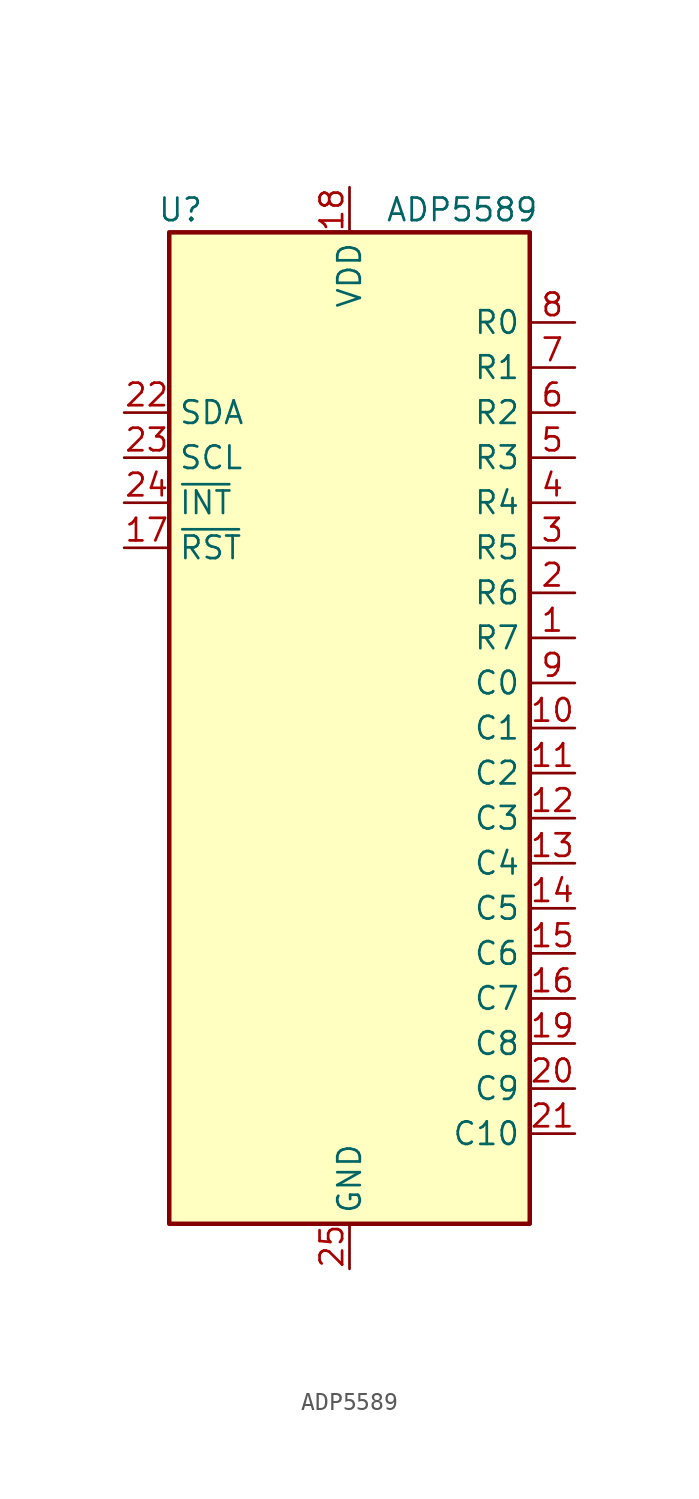
<source format=kicad_sym>
(kicad_symbol_lib
  (version 20220914)
  (generator kicad_symbol_editor)
  (symbol "ADP5589"
    (property "Reference" "U"
      (at -9.525 29.21 0)
      (effects (font (size 1.27 1.27))))
    (property "Value" "ADP5589"
      (at 6.35 29.21 0)
      (effects (font (size 1.27 1.27))))
    (symbol "ADP5589_0_0"
      (pin bidirectional line (at 12.7 5.08 180) (length 2.54) (name "R7" (effects (font (size 1.27 1.27)))) (number "1" (effects (font (size 1.27 1.27)))))
      (pin bidirectional line (at 12.7 0 180) (length 2.54) (name "C1" (effects (font (size 1.27 1.27)))) (number "10" (effects (font (size 1.27 1.27)))))
      (pin bidirectional line (at 12.7 -2.54 180) (length 2.54) (name "C2" (effects (font (size 1.27 1.27)))) (number "11" (effects (font (size 1.27 1.27)))))
      (pin bidirectional line (at 12.7 -5.08 180) (length 2.54) (name "C3" (effects (font (size 1.27 1.27)))) (number "12" (effects (font (size 1.27 1.27)))))
      (pin bidirectional line (at 12.7 -7.62 180) (length 2.54) (name "C4" (effects (font (size 1.27 1.27)))) (number "13" (effects (font (size 1.27 1.27)))))
      (pin bidirectional line (at 12.7 -10.16 180) (length 2.54) (name "C5" (effects (font (size 1.27 1.27)))) (number "14" (effects (font (size 1.27 1.27)))))
      (pin bidirectional line (at 12.7 -12.7 180) (length 2.54) (name "C6" (effects (font (size 1.27 1.27)))) (number "15" (effects (font (size 1.27 1.27)))))
      (pin bidirectional line (at 12.7 -15.24 180) (length 2.54) (name "C7" (effects (font (size 1.27 1.27)))) (number "16" (effects (font (size 1.27 1.27)))))
      (pin power_in line (at 0 30.48 270) (length 2.54) (name "VDD" (effects (font (size 1.27 1.27)))) (number "18" (effects (font (size 1.27 1.27)))))
      (pin bidirectional line (at 12.7 -17.78 180) (length 2.54) (name "C8" (effects (font (size 1.27 1.27)))) (number "19" (effects (font (size 1.27 1.27)))))
      (pin bidirectional line (at 12.7 7.62 180) (length 2.54) (name "R6" (effects (font (size 1.27 1.27)))) (number "2" (effects (font (size 1.27 1.27)))))
      (pin bidirectional line (at 12.7 -20.32 180) (length 2.54) (name "C9" (effects (font (size 1.27 1.27)))) (number "20" (effects (font (size 1.27 1.27)))))
      (pin bidirectional line (at 12.7 -22.86 180) (length 2.54) (name "C10" (effects (font (size 1.27 1.27)))) (number "21" (effects (font (size 1.27 1.27)))))
      (pin bidirectional line (at -12.7 17.78 0) (length 2.54) (name "SDA" (effects (font (size 1.27 1.27)))) (number "22" (effects (font (size 1.27 1.27)))))
      (pin input line (at -12.7 15.24 0) (length 2.54) (name "SCL" (effects (font (size 1.27 1.27)))) (number "23" (effects (font (size 1.27 1.27)))))
      (pin bidirectional line (at 12.7 10.16 180) (length 2.54) (name "R5" (effects (font (size 1.27 1.27)))) (number "3" (effects (font (size 1.27 1.27)))))
      (pin bidirectional line (at 12.7 12.7 180) (length 2.54) (name "R4" (effects (font (size 1.27 1.27)))) (number "4" (effects (font (size 1.27 1.27)))))
      (pin bidirectional line (at 12.7 15.24 180) (length 2.54) (name "R3" (effects (font (size 1.27 1.27)))) (number "5" (effects (font (size 1.27 1.27)))))
      (pin bidirectional line (at 12.7 17.78 180) (length 2.54) (name "R2" (effects (font (size 1.27 1.27)))) (number "6" (effects (font (size 1.27 1.27)))))
      (pin bidirectional line (at 12.7 20.32 180) (length 2.54) (name "R1" (effects (font (size 1.27 1.27)))) (number "7" (effects (font (size 1.27 1.27)))))
      (pin bidirectional line (at 12.7 22.86 180) (length 2.54) (name "R0" (effects (font (size 1.27 1.27)))) (number "8" (effects (font (size 1.27 1.27)))))
      (pin bidirectional line (at 12.7 2.54 180) (length 2.54) (name "C0" (effects (font (size 1.27 1.27)))) (number "9" (effects (font (size 1.27 1.27))))))
    (symbol "ADP5589_1_0"
      (pin input line (at -12.7 10.16 0) (length 2.54) (name "~{RST}" (effects (font (size 1.27 1.27)))) (number "17" (effects (font (size 1.27 1.27)))))
      (pin output line (at -12.7 12.7 0) (length 2.54) (name "~{INT}" (effects (font (size 1.27 1.27)))) (number "24" (effects (font (size 1.27 1.27)))))
      (pin power_in line (at 0 -30.48 90) (length 2.54) (name "GND" (effects (font (size 1.27 1.27)))) (number "25" (effects (font (size 1.27 1.27))))))
    (symbol "ADP5589_1_1"
      (rectangle (start -10.16 27.94) (end 10.16 -27.94) (stroke (width 0.254) (type default)) (fill (type background))))))
</source>
